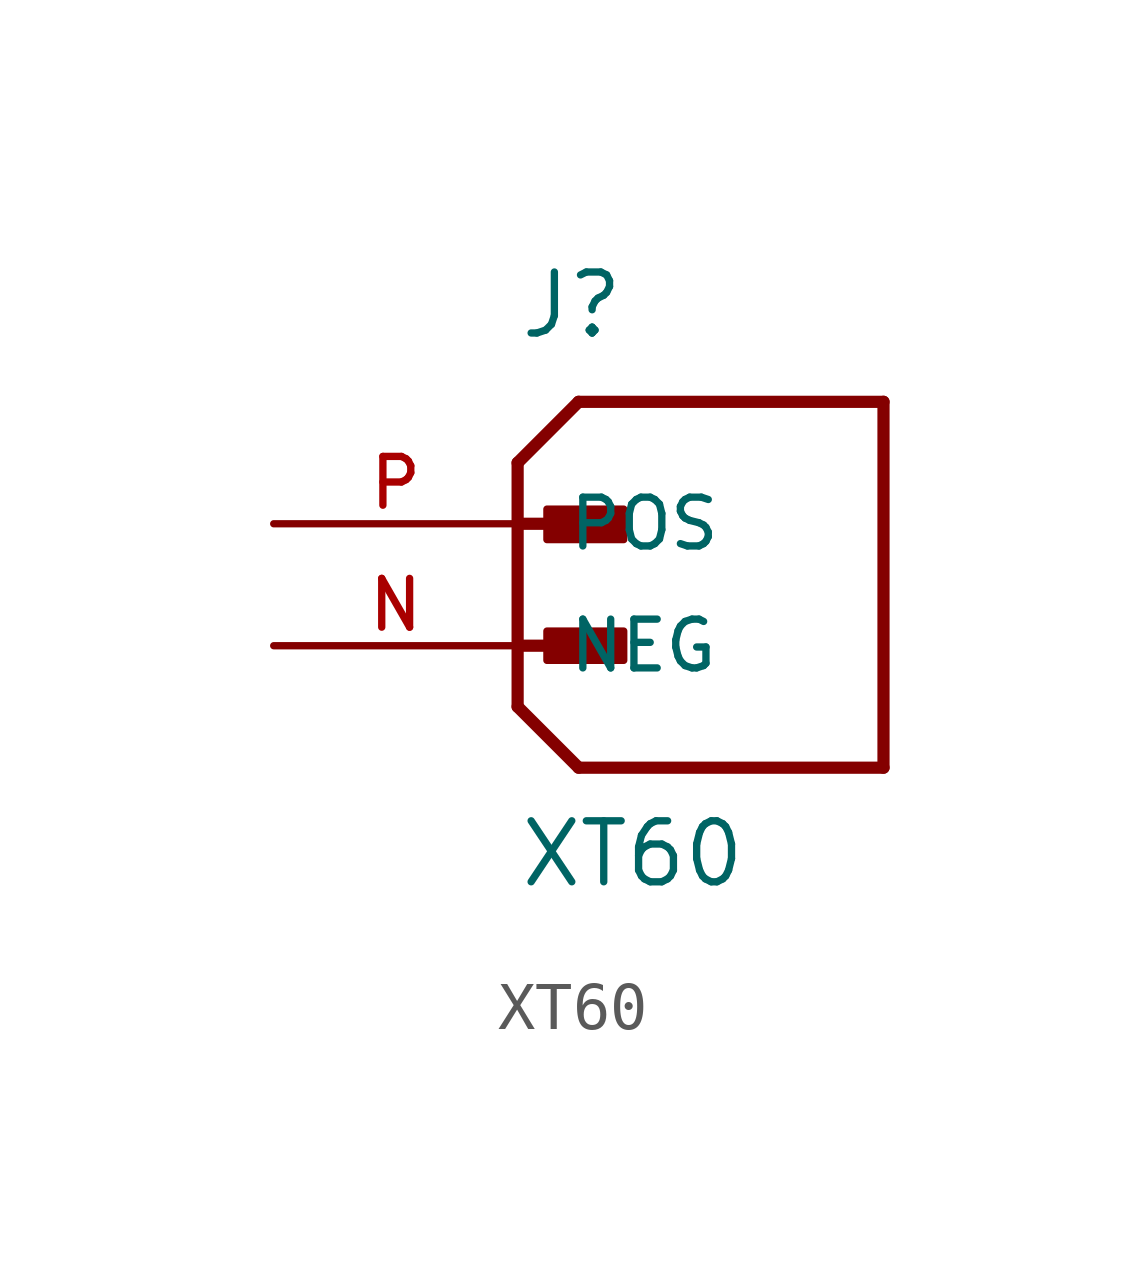
<source format=kicad_sym>
(kicad_symbol_lib
  (version 20231120)
  (generator "kicad_symbol_editor")
  (generator_version "8.0")
  (symbol "XT60"
    (pin_names
      (offset 1.016))
    (property "Reference" "J"
      (at 0 6.35 0)
      (effects (font (size 1.27 1.27)) (justify left bottom)))
    (property "Value" "XT60"
      (at 0 -5.08 0)
      (effects (font (size 1.27 1.27)) (justify left bottom)))
    (symbol "XT60_0_0"
      (polyline (pts (xy 0 -1.27) (xy 1.27 -2.54)) (stroke (width 0.254) (type solid)) (fill (type none)))
      (polyline (pts (xy 0 0) (xy 1.905 0)) (stroke (width 0.254) (type solid)) (fill (type none)))
      (polyline (pts (xy 0 2.54) (xy 0 -1.27)) (stroke (width 0.254) (type solid)) (fill (type none)))
      (polyline (pts (xy 0 2.54) (xy 1.905 2.54)) (stroke (width 0.254) (type solid)) (fill (type none)))
      (polyline (pts (xy 0 3.81) (xy 0 2.54)) (stroke (width 0.254) (type solid)) (fill (type none)))
      (polyline (pts (xy 0 3.81) (xy 1.27 5.08)) (stroke (width 0.254) (type solid)) (fill (type none)))
      (polyline (pts (xy 1.27 -2.54) (xy 7.62 -2.54)) (stroke (width 0.254) (type solid)) (fill (type none)))
      (polyline (pts (xy 7.62 -2.54) (xy 7.62 5.08)) (stroke (width 0.254) (type solid)) (fill (type none)))
      (polyline (pts (xy 7.62 5.08) (xy 1.27 5.08)) (stroke (width 0.254) (type solid)) (fill (type none)))
      (rectangle (start 0.61 -0.305) (end 2.21 0.305) (stroke (width 0) (type solid)) (fill (type outline)))
      (rectangle (start 0.61 2.21) (end 2.21 2.845) (stroke (width 0) (type solid)) (fill (type outline)))
      (pin passive line (at -5.08 0 0) (length 5.08) (name "NEG" (effects (font (size 1.016 1.016)))) (number "N" (effects (font (size 1.016 1.016)))))
      (pin passive line (at -5.08 2.54 0) (length 5.08) (name "POS" (effects (font (size 1.016 1.016)))) (number "P" (effects (font (size 1.016 1.016))))))))
</source>
